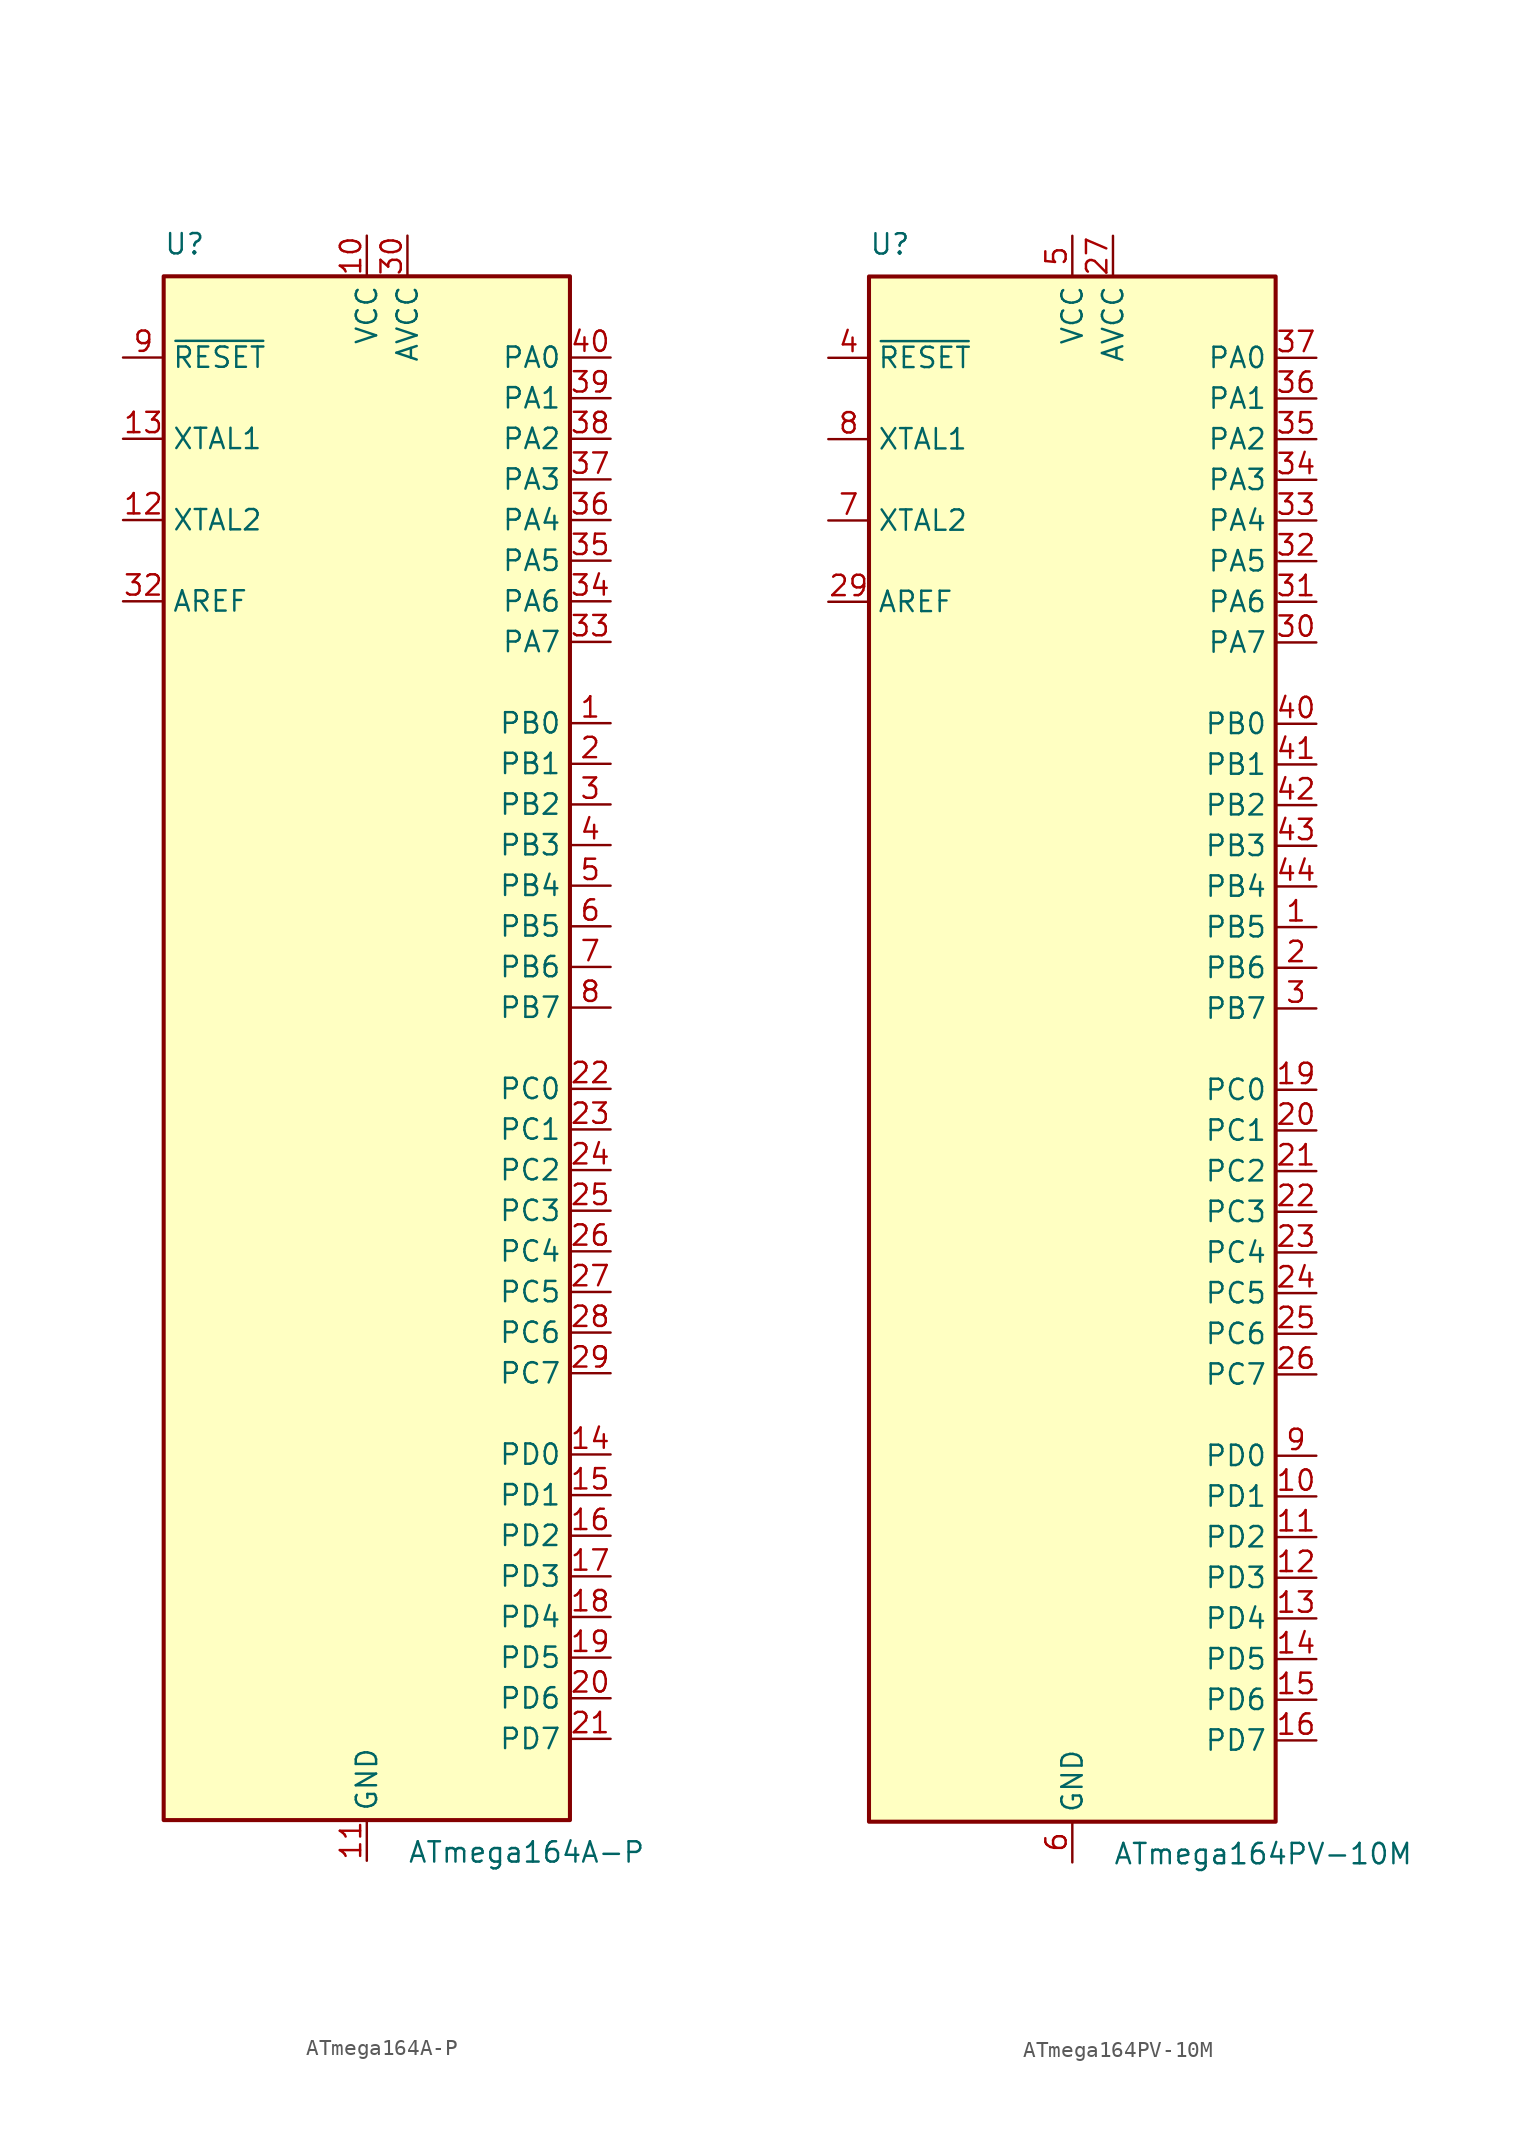
<source format=kicad_sym>
(kicad_symbol_lib
  (version 20220914)
  (generator kicad_symbol_editor)
  (symbol "ATmega164A-P"
    (property "Reference" "U"
      (at -12.7 49.53 0)
      (effects (font (size 1.27 1.27)) (justify left bottom)))
    (property "Value" "ATmega164A-P"
      (at 2.54 -49.53 0)
      (effects (font (size 1.27 1.27)) (justify left top)))
    (symbol "ATmega164A-P_0_1"
      (rectangle (start -12.7 -48.26) (end 12.7 48.26) (stroke (width 0.254) (type default)) (fill (type background))))
    (symbol "ATmega164A-P_1_1"
      (pin bidirectional line (at 15.24 20.32 180) (length 2.54) (name "PB0" (effects (font (size 1.27 1.27)))) (number "1" (effects (font (size 1.27 1.27)))))
      (pin power_in line (at 0 50.8 270) (length 2.54) (name "VCC" (effects (font (size 1.27 1.27)))) (number "10" (effects (font (size 1.27 1.27)))))
      (pin power_in line (at 0 -50.8 90) (length 2.54) (name "GND" (effects (font (size 1.27 1.27)))) (number "11" (effects (font (size 1.27 1.27)))))
      (pin output line (at -15.24 33.02 0) (length 2.54) (name "XTAL2" (effects (font (size 1.27 1.27)))) (number "12" (effects (font (size 1.27 1.27)))))
      (pin input line (at -15.24 38.1 0) (length 2.54) (name "XTAL1" (effects (font (size 1.27 1.27)))) (number "13" (effects (font (size 1.27 1.27)))))
      (pin bidirectional line (at 15.24 -25.4 180) (length 2.54) (name "PD0" (effects (font (size 1.27 1.27)))) (number "14" (effects (font (size 1.27 1.27)))))
      (pin bidirectional line (at 15.24 -27.94 180) (length 2.54) (name "PD1" (effects (font (size 1.27 1.27)))) (number "15" (effects (font (size 1.27 1.27)))))
      (pin bidirectional line (at 15.24 -30.48 180) (length 2.54) (name "PD2" (effects (font (size 1.27 1.27)))) (number "16" (effects (font (size 1.27 1.27)))))
      (pin bidirectional line (at 15.24 -33.02 180) (length 2.54) (name "PD3" (effects (font (size 1.27 1.27)))) (number "17" (effects (font (size 1.27 1.27)))))
      (pin bidirectional line (at 15.24 -35.56 180) (length 2.54) (name "PD4" (effects (font (size 1.27 1.27)))) (number "18" (effects (font (size 1.27 1.27)))))
      (pin bidirectional line (at 15.24 -38.1 180) (length 2.54) (name "PD5" (effects (font (size 1.27 1.27)))) (number "19" (effects (font (size 1.27 1.27)))))
      (pin bidirectional line (at 15.24 17.78 180) (length 2.54) (name "PB1" (effects (font (size 1.27 1.27)))) (number "2" (effects (font (size 1.27 1.27)))))
      (pin bidirectional line (at 15.24 -40.64 180) (length 2.54) (name "PD6" (effects (font (size 1.27 1.27)))) (number "20" (effects (font (size 1.27 1.27)))))
      (pin bidirectional line (at 15.24 -43.18 180) (length 2.54) (name "PD7" (effects (font (size 1.27 1.27)))) (number "21" (effects (font (size 1.27 1.27)))))
      (pin bidirectional line (at 15.24 -2.54 180) (length 2.54) (name "PC0" (effects (font (size 1.27 1.27)))) (number "22" (effects (font (size 1.27 1.27)))))
      (pin bidirectional line (at 15.24 -5.08 180) (length 2.54) (name "PC1" (effects (font (size 1.27 1.27)))) (number "23" (effects (font (size 1.27 1.27)))))
      (pin bidirectional line (at 15.24 -7.62 180) (length 2.54) (name "PC2" (effects (font (size 1.27 1.27)))) (number "24" (effects (font (size 1.27 1.27)))))
      (pin bidirectional line (at 15.24 -10.16 180) (length 2.54) (name "PC3" (effects (font (size 1.27 1.27)))) (number "25" (effects (font (size 1.27 1.27)))))
      (pin bidirectional line (at 15.24 -12.7 180) (length 2.54) (name "PC4" (effects (font (size 1.27 1.27)))) (number "26" (effects (font (size 1.27 1.27)))))
      (pin bidirectional line (at 15.24 -15.24 180) (length 2.54) (name "PC5" (effects (font (size 1.27 1.27)))) (number "27" (effects (font (size 1.27 1.27)))))
      (pin bidirectional line (at 15.24 -17.78 180) (length 2.54) (name "PC6" (effects (font (size 1.27 1.27)))) (number "28" (effects (font (size 1.27 1.27)))))
      (pin bidirectional line (at 15.24 -20.32 180) (length 2.54) (name "PC7" (effects (font (size 1.27 1.27)))) (number "29" (effects (font (size 1.27 1.27)))))
      (pin bidirectional line (at 15.24 15.24 180) (length 2.54) (name "PB2" (effects (font (size 1.27 1.27)))) (number "3" (effects (font (size 1.27 1.27)))))
      (pin power_in line (at 2.54 50.8 270) (length 2.54) (name "AVCC" (effects (font (size 1.27 1.27)))) (number "30" (effects (font (size 1.27 1.27)))))
      (pin passive line (at 0 -50.8 90) (length 2.54) hide (name "GND" (effects (font (size 1.27 1.27)))) (number "31" (effects (font (size 1.27 1.27)))))
      (pin passive line (at -15.24 27.94 0) (length 2.54) (name "AREF" (effects (font (size 1.27 1.27)))) (number "32" (effects (font (size 1.27 1.27)))))
      (pin bidirectional line (at 15.24 25.4 180) (length 2.54) (name "PA7" (effects (font (size 1.27 1.27)))) (number "33" (effects (font (size 1.27 1.27)))))
      (pin bidirectional line (at 15.24 27.94 180) (length 2.54) (name "PA6" (effects (font (size 1.27 1.27)))) (number "34" (effects (font (size 1.27 1.27)))))
      (pin bidirectional line (at 15.24 30.48 180) (length 2.54) (name "PA5" (effects (font (size 1.27 1.27)))) (number "35" (effects (font (size 1.27 1.27)))))
      (pin bidirectional line (at 15.24 33.02 180) (length 2.54) (name "PA4" (effects (font (size 1.27 1.27)))) (number "36" (effects (font (size 1.27 1.27)))))
      (pin bidirectional line (at 15.24 35.56 180) (length 2.54) (name "PA3" (effects (font (size 1.27 1.27)))) (number "37" (effects (font (size 1.27 1.27)))))
      (pin bidirectional line (at 15.24 38.1 180) (length 2.54) (name "PA2" (effects (font (size 1.27 1.27)))) (number "38" (effects (font (size 1.27 1.27)))))
      (pin bidirectional line (at 15.24 40.64 180) (length 2.54) (name "PA1" (effects (font (size 1.27 1.27)))) (number "39" (effects (font (size 1.27 1.27)))))
      (pin bidirectional line (at 15.24 12.7 180) (length 2.54) (name "PB3" (effects (font (size 1.27 1.27)))) (number "4" (effects (font (size 1.27 1.27)))))
      (pin bidirectional line (at 15.24 43.18 180) (length 2.54) (name "PA0" (effects (font (size 1.27 1.27)))) (number "40" (effects (font (size 1.27 1.27)))))
      (pin bidirectional line (at 15.24 10.16 180) (length 2.54) (name "PB4" (effects (font (size 1.27 1.27)))) (number "5" (effects (font (size 1.27 1.27)))))
      (pin bidirectional line (at 15.24 7.62 180) (length 2.54) (name "PB5" (effects (font (size 1.27 1.27)))) (number "6" (effects (font (size 1.27 1.27)))))
      (pin bidirectional line (at 15.24 5.08 180) (length 2.54) (name "PB6" (effects (font (size 1.27 1.27)))) (number "7" (effects (font (size 1.27 1.27)))))
      (pin bidirectional line (at 15.24 2.54 180) (length 2.54) (name "PB7" (effects (font (size 1.27 1.27)))) (number "8" (effects (font (size 1.27 1.27)))))
      (pin input line (at -15.24 43.18 0) (length 2.54) (name "~{RESET}" (effects (font (size 1.27 1.27)))) (number "9" (effects (font (size 1.27 1.27)))))))
  (symbol "ATmega164PV-10M"
    (property "Reference" "U"
      (at -12.7 49.53 0)
      (effects (font (size 1.27 1.27)) (justify left bottom)))
    (property "Value" "ATmega164PV-10M"
      (at 2.54 -49.53 0)
      (effects (font (size 1.27 1.27)) (justify left top)))
    (symbol "ATmega164PV-10M_0_1"
      (rectangle (start -12.7 -48.26) (end 12.7 48.26) (stroke (width 0.254) (type default)) (fill (type background))))
    (symbol "ATmega164PV-10M_1_1"
      (pin bidirectional line (at 15.24 7.62 180) (length 2.54) (name "PB5" (effects (font (size 1.27 1.27)))) (number "1" (effects (font (size 1.27 1.27)))))
      (pin bidirectional line (at 15.24 -27.94 180) (length 2.54) (name "PD1" (effects (font (size 1.27 1.27)))) (number "10" (effects (font (size 1.27 1.27)))))
      (pin bidirectional line (at 15.24 -30.48 180) (length 2.54) (name "PD2" (effects (font (size 1.27 1.27)))) (number "11" (effects (font (size 1.27 1.27)))))
      (pin bidirectional line (at 15.24 -33.02 180) (length 2.54) (name "PD3" (effects (font (size 1.27 1.27)))) (number "12" (effects (font (size 1.27 1.27)))))
      (pin bidirectional line (at 15.24 -35.56 180) (length 2.54) (name "PD4" (effects (font (size 1.27 1.27)))) (number "13" (effects (font (size 1.27 1.27)))))
      (pin bidirectional line (at 15.24 -38.1 180) (length 2.54) (name "PD5" (effects (font (size 1.27 1.27)))) (number "14" (effects (font (size 1.27 1.27)))))
      (pin bidirectional line (at 15.24 -40.64 180) (length 2.54) (name "PD6" (effects (font (size 1.27 1.27)))) (number "15" (effects (font (size 1.27 1.27)))))
      (pin bidirectional line (at 15.24 -43.18 180) (length 2.54) (name "PD7" (effects (font (size 1.27 1.27)))) (number "16" (effects (font (size 1.27 1.27)))))
      (pin passive line (at 0 50.8 270) (length 2.54) hide (name "VCC" (effects (font (size 1.27 1.27)))) (number "17" (effects (font (size 1.27 1.27)))))
      (pin passive line (at 0 -50.8 90) (length 2.54) hide (name "GND" (effects (font (size 1.27 1.27)))) (number "18" (effects (font (size 1.27 1.27)))))
      (pin bidirectional line (at 15.24 -2.54 180) (length 2.54) (name "PC0" (effects (font (size 1.27 1.27)))) (number "19" (effects (font (size 1.27 1.27)))))
      (pin bidirectional line (at 15.24 5.08 180) (length 2.54) (name "PB6" (effects (font (size 1.27 1.27)))) (number "2" (effects (font (size 1.27 1.27)))))
      (pin bidirectional line (at 15.24 -5.08 180) (length 2.54) (name "PC1" (effects (font (size 1.27 1.27)))) (number "20" (effects (font (size 1.27 1.27)))))
      (pin bidirectional line (at 15.24 -7.62 180) (length 2.54) (name "PC2" (effects (font (size 1.27 1.27)))) (number "21" (effects (font (size 1.27 1.27)))))
      (pin bidirectional line (at 15.24 -10.16 180) (length 2.54) (name "PC3" (effects (font (size 1.27 1.27)))) (number "22" (effects (font (size 1.27 1.27)))))
      (pin bidirectional line (at 15.24 -12.7 180) (length 2.54) (name "PC4" (effects (font (size 1.27 1.27)))) (number "23" (effects (font (size 1.27 1.27)))))
      (pin bidirectional line (at 15.24 -15.24 180) (length 2.54) (name "PC5" (effects (font (size 1.27 1.27)))) (number "24" (effects (font (size 1.27 1.27)))))
      (pin bidirectional line (at 15.24 -17.78 180) (length 2.54) (name "PC6" (effects (font (size 1.27 1.27)))) (number "25" (effects (font (size 1.27 1.27)))))
      (pin bidirectional line (at 15.24 -20.32 180) (length 2.54) (name "PC7" (effects (font (size 1.27 1.27)))) (number "26" (effects (font (size 1.27 1.27)))))
      (pin power_in line (at 2.54 50.8 270) (length 2.54) (name "AVCC" (effects (font (size 1.27 1.27)))) (number "27" (effects (font (size 1.27 1.27)))))
      (pin passive line (at 0 -50.8 90) (length 2.54) hide (name "GND" (effects (font (size 1.27 1.27)))) (number "28" (effects (font (size 1.27 1.27)))))
      (pin passive line (at -15.24 27.94 0) (length 2.54) (name "AREF" (effects (font (size 1.27 1.27)))) (number "29" (effects (font (size 1.27 1.27)))))
      (pin bidirectional line (at 15.24 2.54 180) (length 2.54) (name "PB7" (effects (font (size 1.27 1.27)))) (number "3" (effects (font (size 1.27 1.27)))))
      (pin bidirectional line (at 15.24 25.4 180) (length 2.54) (name "PA7" (effects (font (size 1.27 1.27)))) (number "30" (effects (font (size 1.27 1.27)))))
      (pin bidirectional line (at 15.24 27.94 180) (length 2.54) (name "PA6" (effects (font (size 1.27 1.27)))) (number "31" (effects (font (size 1.27 1.27)))))
      (pin bidirectional line (at 15.24 30.48 180) (length 2.54) (name "PA5" (effects (font (size 1.27 1.27)))) (number "32" (effects (font (size 1.27 1.27)))))
      (pin bidirectional line (at 15.24 33.02 180) (length 2.54) (name "PA4" (effects (font (size 1.27 1.27)))) (number "33" (effects (font (size 1.27 1.27)))))
      (pin bidirectional line (at 15.24 35.56 180) (length 2.54) (name "PA3" (effects (font (size 1.27 1.27)))) (number "34" (effects (font (size 1.27 1.27)))))
      (pin bidirectional line (at 15.24 38.1 180) (length 2.54) (name "PA2" (effects (font (size 1.27 1.27)))) (number "35" (effects (font (size 1.27 1.27)))))
      (pin bidirectional line (at 15.24 40.64 180) (length 2.54) (name "PA1" (effects (font (size 1.27 1.27)))) (number "36" (effects (font (size 1.27 1.27)))))
      (pin bidirectional line (at 15.24 43.18 180) (length 2.54) (name "PA0" (effects (font (size 1.27 1.27)))) (number "37" (effects (font (size 1.27 1.27)))))
      (pin passive line (at 0 50.8 270) (length 2.54) hide (name "VCC" (effects (font (size 1.27 1.27)))) (number "38" (effects (font (size 1.27 1.27)))))
      (pin passive line (at 0 -50.8 90) (length 2.54) hide (name "GND" (effects (font (size 1.27 1.27)))) (number "39" (effects (font (size 1.27 1.27)))))
      (pin input line (at -15.24 43.18 0) (length 2.54) (name "~{RESET}" (effects (font (size 1.27 1.27)))) (number "4" (effects (font (size 1.27 1.27)))))
      (pin bidirectional line (at 15.24 20.32 180) (length 2.54) (name "PB0" (effects (font (size 1.27 1.27)))) (number "40" (effects (font (size 1.27 1.27)))))
      (pin bidirectional line (at 15.24 17.78 180) (length 2.54) (name "PB1" (effects (font (size 1.27 1.27)))) (number "41" (effects (font (size 1.27 1.27)))))
      (pin bidirectional line (at 15.24 15.24 180) (length 2.54) (name "PB2" (effects (font (size 1.27 1.27)))) (number "42" (effects (font (size 1.27 1.27)))))
      (pin bidirectional line (at 15.24 12.7 180) (length 2.54) (name "PB3" (effects (font (size 1.27 1.27)))) (number "43" (effects (font (size 1.27 1.27)))))
      (pin bidirectional line (at 15.24 10.16 180) (length 2.54) (name "PB4" (effects (font (size 1.27 1.27)))) (number "44" (effects (font (size 1.27 1.27)))))
      (pin passive line (at 0 -50.8 90) (length 2.54) hide (name "GND" (effects (font (size 1.27 1.27)))) (number "45" (effects (font (size 1.27 1.27)))))
      (pin power_in line (at 0 50.8 270) (length 2.54) (name "VCC" (effects (font (size 1.27 1.27)))) (number "5" (effects (font (size 1.27 1.27)))))
      (pin power_in line (at 0 -50.8 90) (length 2.54) (name "GND" (effects (font (size 1.27 1.27)))) (number "6" (effects (font (size 1.27 1.27)))))
      (pin output line (at -15.24 33.02 0) (length 2.54) (name "XTAL2" (effects (font (size 1.27 1.27)))) (number "7" (effects (font (size 1.27 1.27)))))
      (pin input line (at -15.24 38.1 0) (length 2.54) (name "XTAL1" (effects (font (size 1.27 1.27)))) (number "8" (effects (font (size 1.27 1.27)))))
      (pin bidirectional line (at 15.24 -25.4 180) (length 2.54) (name "PD0" (effects (font (size 1.27 1.27)))) (number "9" (effects (font (size 1.27 1.27))))))))
</source>
